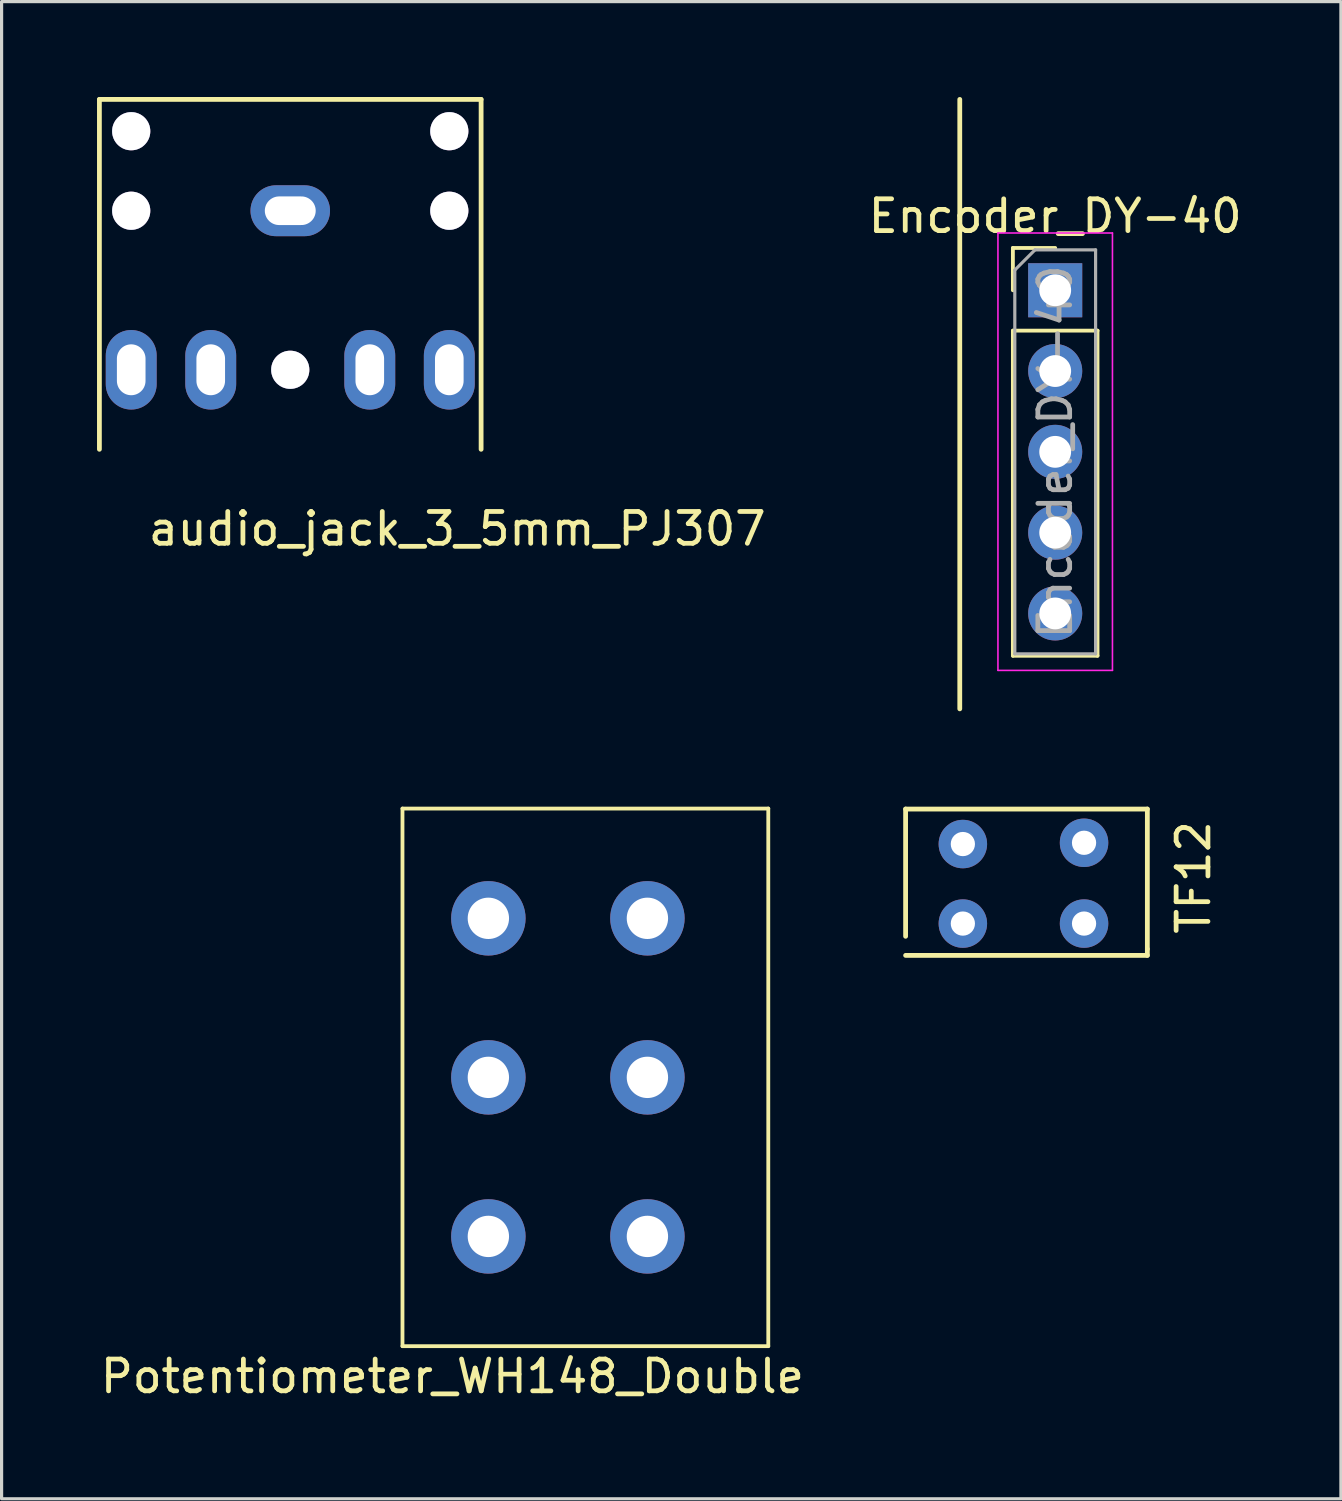
<source format=kicad_pcb>
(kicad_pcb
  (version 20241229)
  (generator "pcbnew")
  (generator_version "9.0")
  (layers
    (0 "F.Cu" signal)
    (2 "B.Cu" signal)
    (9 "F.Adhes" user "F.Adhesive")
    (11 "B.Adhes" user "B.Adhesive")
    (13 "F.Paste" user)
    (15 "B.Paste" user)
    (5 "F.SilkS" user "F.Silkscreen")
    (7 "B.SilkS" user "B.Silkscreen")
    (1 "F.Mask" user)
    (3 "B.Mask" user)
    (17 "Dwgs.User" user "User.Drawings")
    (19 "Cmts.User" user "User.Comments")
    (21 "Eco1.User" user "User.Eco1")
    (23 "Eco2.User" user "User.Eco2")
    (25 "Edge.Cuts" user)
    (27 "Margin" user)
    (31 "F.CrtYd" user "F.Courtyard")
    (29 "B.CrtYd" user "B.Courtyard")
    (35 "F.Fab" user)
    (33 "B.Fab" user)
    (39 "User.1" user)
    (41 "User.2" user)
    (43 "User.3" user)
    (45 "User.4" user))
  (footprint "Encoder_DY-40"
    (layer "F.Cu")
    (at 30.123 6.075)
    (property "Reference" "Encoder_DY-40" (at 0 -2.33 0) (layer "F.SilkS") (effects (font (size 1 1) (thickness 0.15))))
    (attr through_hole)
    (fp_line (start -3 -6) (end -3 13.16) (stroke (width 0.15) (type solid)) (layer "F.SilkS"))
    (fp_line (start -1.33 -1.33) (end 0 -1.33) (stroke (width 0.12) (type solid)) (layer "F.SilkS"))
    (fp_line (start -1.33 0) (end -1.33 -1.33) (stroke (width 0.12) (type solid)) (layer "F.SilkS"))
    (fp_line (start -1.33 1.27) (end -1.33 11.49) (stroke (width 0.12) (type solid)) (layer "F.SilkS"))
    (fp_line (start -1.33 1.27) (end 1.33 1.27) (stroke (width 0.12) (type solid)) (layer "F.SilkS"))
    (fp_line (start -1.33 11.49) (end 1.33 11.49) (stroke (width 0.12) (type solid)) (layer "F.SilkS"))
    (fp_line (start 1.33 1.27) (end 1.33 11.49) (stroke (width 0.12) (type solid)) (layer "F.SilkS"))
    (fp_line (start -1.8 -1.8) (end -1.8 11.95) (stroke (width 0.05) (type solid)) (layer "F.CrtYd"))
    (fp_line (start -1.8 11.95) (end 1.8 11.95) (stroke (width 0.05) (type solid)) (layer "F.CrtYd"))
    (fp_line (start 1.8 -1.8) (end -1.8 -1.8) (stroke (width 0.05) (type solid)) (layer "F.CrtYd"))
    (fp_line (start 1.8 11.95) (end 1.8 -1.8) (stroke (width 0.05) (type solid)) (layer "F.CrtYd"))
    (fp_line (start -1.27 -0.635) (end -0.635 -1.27) (stroke (width 0.1) (type solid)) (layer "F.Fab"))
    (fp_line (start -1.27 11.43) (end -1.27 -0.635) (stroke (width 0.1) (type solid)) (layer "F.Fab"))
    (fp_line (start -0.635 -1.27) (end 1.27 -1.27) (stroke (width 0.1) (type solid)) (layer "F.Fab"))
    (fp_line (start 1.27 -1.27) (end 1.27 11.43) (stroke (width 0.1) (type solid)) (layer "F.Fab"))
    (fp_line (start 1.27 11.43) (end -1.27 11.43) (stroke (width 0.1) (type solid)) (layer "F.Fab"))
    (fp_text user "${REFERENCE}" (at 0 5.08 90) (layer "F.Fab") (effects (font (size 1 1) (thickness 0.15))))
    (pad "1" thru_hole rect (at 0 0) (size 1.7 1.7) (drill 1) (layers "*.Cu" "*.Mask"))
    (pad "2" thru_hole oval (at 0 2.54) (size 1.7 1.7) (drill 1) (layers "*.Cu" "*.Mask"))
    (pad "3" thru_hole oval (at 0 5.08) (size 1.7 1.7) (drill 1) (layers "*.Cu" "*.Mask"))
    (pad "4" thru_hole oval (at 0 7.62) (size 1.7 1.7) (drill 1) (layers "*.Cu" "*.Mask"))
    (pad "5" thru_hole oval (at 0 10.16) (size 1.7 1.7) (drill 1) (layers "*.Cu" "*.Mask")))
  (footprint "audio_jack_3_5mm_PJ307"
    (layer "F.Cu")
    (at 6.075 3.575)
    (property "Reference" "audio_jack_3_5mm_PJ307" (at 5.25 10 0) (layer "F.SilkS") (effects (font (size 1 1) (thickness 0.15))))
    (attr through_hole)
    (fp_line (start -6 -3.5) (end -6 7.5) (stroke (width 0.15) (type solid)) (layer "F.SilkS"))
    (fp_line (start -6 -3.5) (end 6 -3.5) (stroke (width 0.15) (type solid)) (layer "F.SilkS"))
    (fp_line (start 6 -3.5) (end 6 7.5) (stroke (width 0.15) (type solid)) (layer "F.SilkS"))
    (pad "1" thru_hole oval (at -5 5) (size 1.6 2.5) (drill oval 0.9 1.6) (layers "*.Cu" "*.Mask"))
    (pad "2" thru_hole oval (at 2.5 5) (size 1.6 2.5) (drill oval 0.9 1.6) (layers "*.Cu" "*.Mask"))
    (pad "3" thru_hole oval (at 0 0) (size 2.5 1.6) (drill oval 1.6 0.9) (layers "*.Cu" "*.Mask"))
    (pad "4" thru_hole oval (at -2.5 5) (size 1.6 2.5) (drill oval 0.9 1.6) (layers "*.Cu" "*.Mask"))
    (pad "5" thru_hole oval (at 5 5) (size 1.6 2.5) (drill oval 0.9 1.6) (layers "*.Cu" "*.Mask"))
    (pad "6" thru_hole oval (at 0 5) (size 1.2 1.2) (drill oval 1.2) (layers "*.Cu" "*.Mask"))
    (pad "7" thru_hole oval (at 5 0) (size 1.2 1.2) (drill oval 1.2) (layers "*.Cu" "*.Mask"))
    (pad "8" thru_hole oval (at -5 0) (size 1.2 1.2) (drill oval 1.2) (layers "*.Cu" "*.Mask"))
    (pad "9" thru_hole oval (at 5 -2.5) (size 1.2 1.2) (drill oval 1.2) (layers "*.Cu" "*.Mask"))
    (pad "10" thru_hole oval (at -5 -2.5) (size 1.2 1.2) (drill oval 1.2) (layers "*.Cu" "*.Mask")))
  (footprint "Potentiometer_WH148_Double"
    (layer "F.Cu")
    (at 17.303 35.82)
    (property "Reference" "Potentiometer_WH148_Double" (at -6.13 4.4 0) (layer "F.SilkS") (effects (font (size 1 1) (thickness 0.15))))
    (attr through_hole)
    (fp_line (start -7.7 -13.45) (end -7.7 3.45) (stroke (width 0.12) (type solid)) (layer "F.SilkS"))
    (fp_line (start -7.7 -13.45) (end 3.8 -13.45) (stroke (width 0.12) (type solid)) (layer "F.SilkS"))
    (fp_line (start -7.7 3.45) (end 3.8 3.45) (stroke (width 0.12) (type solid)) (layer "F.SilkS"))
    (fp_line (start 3.8 -13.45) (end 3.8 3.45) (stroke (width 0.12) (type solid)) (layer "F.SilkS"))
    (pad "1" thru_hole circle (at 0 0) (size 2.34 2.34) (drill 1.3) (layers "*.Cu" "*.Mask"))
    (pad "2" thru_hole circle (at 0 -5) (size 2.34 2.34) (drill 1.3) (layers "*.Cu" "*.Mask"))
    (pad "3" thru_hole circle (at 0 -10) (size 2.34 2.34) (drill 1.3) (layers "*.Cu" "*.Mask"))
    (pad "4" thru_hole circle (at -5 0) (size 2.34 2.34) (drill 1.3) (layers "*.Cu" "*.Mask"))
    (pad "5" thru_hole circle (at -5 -5) (size 2.34 2.34) (drill 1.3) (layers "*.Cu" "*.Mask"))
    (pad "6" thru_hole circle (at -5 -10) (size 2.34 2.34) (drill 1.3) (layers "*.Cu" "*.Mask")))
  (footprint "TF12"
    (layer "F.Cu")
    (at 27.22 25.985)
    (property "Reference" "TF12" (at 7.25 -1.45 270) (layer "F.SilkS") (effects (font (size 1 1) (thickness 0.15))))
    (attr through_hole)
    (fp_line (start -1.8 -3.6) (end 5.8 -3.6) (stroke (width 0.15) (type solid)) (layer "F.SilkS"))
    (fp_line (start -1.8 0.4) (end -1.8 -3.6) (stroke (width 0.15) (type solid)) (layer "F.SilkS"))
    (fp_line (start 5.8 -3.6) (end 5.8 0.8) (stroke (width 0.15) (type solid)) (layer "F.SilkS"))
    (fp_line (start 5.8 1) (end -1.8 1) (stroke (width 0.15) (type solid)) (layer "F.SilkS"))
    (fp_line (start 5.8 1) (end 5.8 0.8) (stroke (width 0.15) (type solid)) (layer "F.SilkS"))
    (pad "1" thru_hole circle (at 0 0) (size 1.524 1.524) (drill 0.762) (layers "*.Cu" "*.Mask"))
    (pad "2" thru_hole circle (at 3.81 0) (size 1.524 1.524) (drill 0.762) (layers "*.Cu" "*.Mask"))
    (pad "3" thru_hole circle (at 0 -2.5) (size 1.524 1.524) (drill 0.762) (layers "*.Cu" "*.Mask"))
    (pad "4" thru_hole circle (at 3.81 -2.54) (size 1.524 1.524) (drill 0.762) (layers "*.Cu" "*.Mask")))
  (gr_rect
    (start -3 -3)
    (end 39.105 44.068)
    (stroke (width 0.1) (type default))
    (fill no)
    (layer "Edge.Cuts")))
</source>
